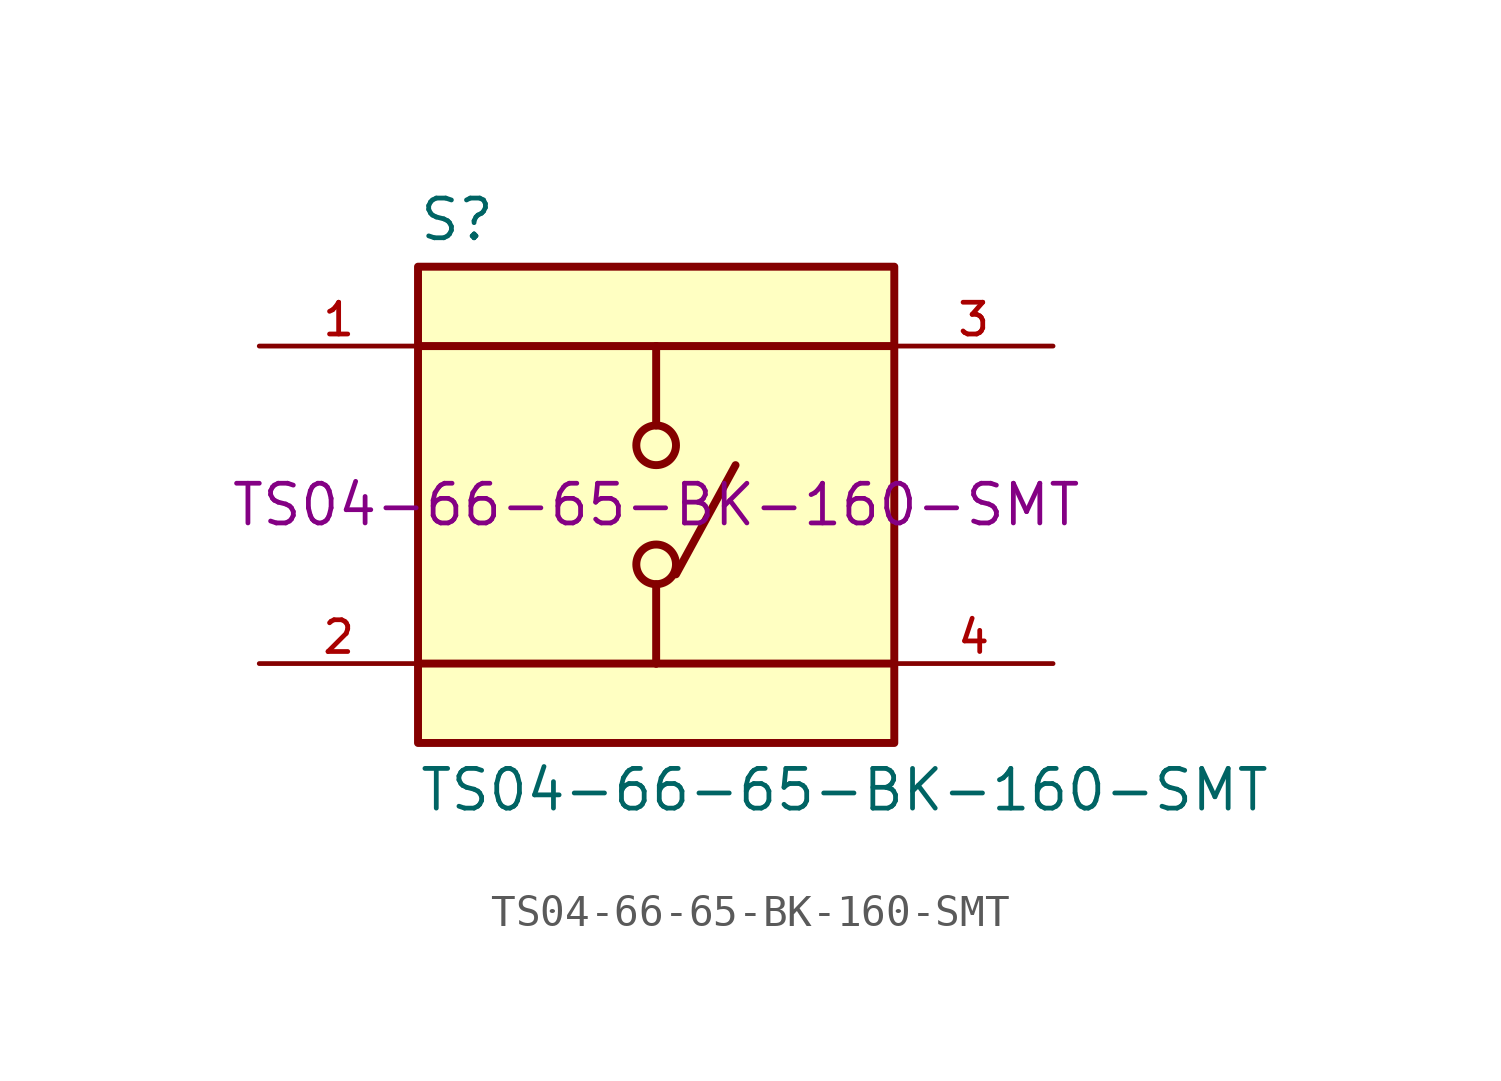
<source format=kicad_sym>
(kicad_symbol_lib
  (version 20231120)
  (generator "kicad_symbol_editor")
  (generator_version "8.0")
  (symbol "TS04-66-65-BK-160-SMT"
    (pin_names
      (offset 1.016))
    (property "Reference" "S"
      (at -7.62 8.382 0)
      (effects (font (size 1.27 1.27)) (justify left bottom)))
    (property "Value" "TS04-66-65-BK-160-SMT"
      (at -7.62 -8.382 0)
      (effects (font (size 1.27 1.27)) (justify left top)))
    (property "MPN" "TS04-66-65-BK-160-SMT"
      (at 0 0 0)
      (effects (font (size 1.27 1.27))))
    (symbol "TS04-66-65-BK-160-SMT_0_0"
      (rectangle (start -7.62 7.62) (end 7.62 -7.62) (stroke (width 0.254) (type default)) (fill (type background)))
      (circle (center 0 -1.905) (radius 0.635) (stroke (width 0.254) (type default)) (fill (type none)))
      (polyline (pts (xy 0 -5.08) (xy -7.62 -5.08)) (stroke (width 0.254) (type default)) (fill (type none)))
      (polyline (pts (xy 0 -5.08) (xy 7.62 -5.08)) (stroke (width 0.254) (type default)) (fill (type none)))
      (polyline (pts (xy 0 -2.54) (xy 0 -5.08)) (stroke (width 0.254) (type default)) (fill (type none)))
      (polyline (pts (xy 0 5.08) (xy -7.62 5.08)) (stroke (width 0.254) (type default)) (fill (type none)))
      (polyline (pts (xy 0 5.08) (xy 0 2.54)) (stroke (width 0.254) (type default)) (fill (type none)))
      (polyline (pts (xy 0 5.08) (xy 7.62 5.08)) (stroke (width 0.254) (type default)) (fill (type none)))
      (polyline (pts (xy 0.635 -2.223) (xy 2.54 1.27)) (stroke (width 0.254) (type default)) (fill (type none)))
      (circle (center 0 1.905) (radius 0.635) (stroke (width 0.254) (type default)) (fill (type none)))
      (pin passive line (at -12.7 5.08 0) (length 5.08) (name "~" (effects (font (size 1.016 1.016)))) (number "1" (effects (font (size 1.016 1.016)))))
      (pin passive line (at -12.7 -5.08 0) (length 5.08) (name "~" (effects (font (size 1.016 1.016)))) (number "2" (effects (font (size 1.016 1.016)))))
      (pin passive line (at 12.7 5.08 180) (length 5.08) (name "~" (effects (font (size 1.016 1.016)))) (number "3" (effects (font (size 1.016 1.016)))))
      (pin passive line (at 12.7 -5.08 180) (length 5.08) (name "~" (effects (font (size 1.016 1.016)))) (number "4" (effects (font (size 1.016 1.016))))))))
</source>
